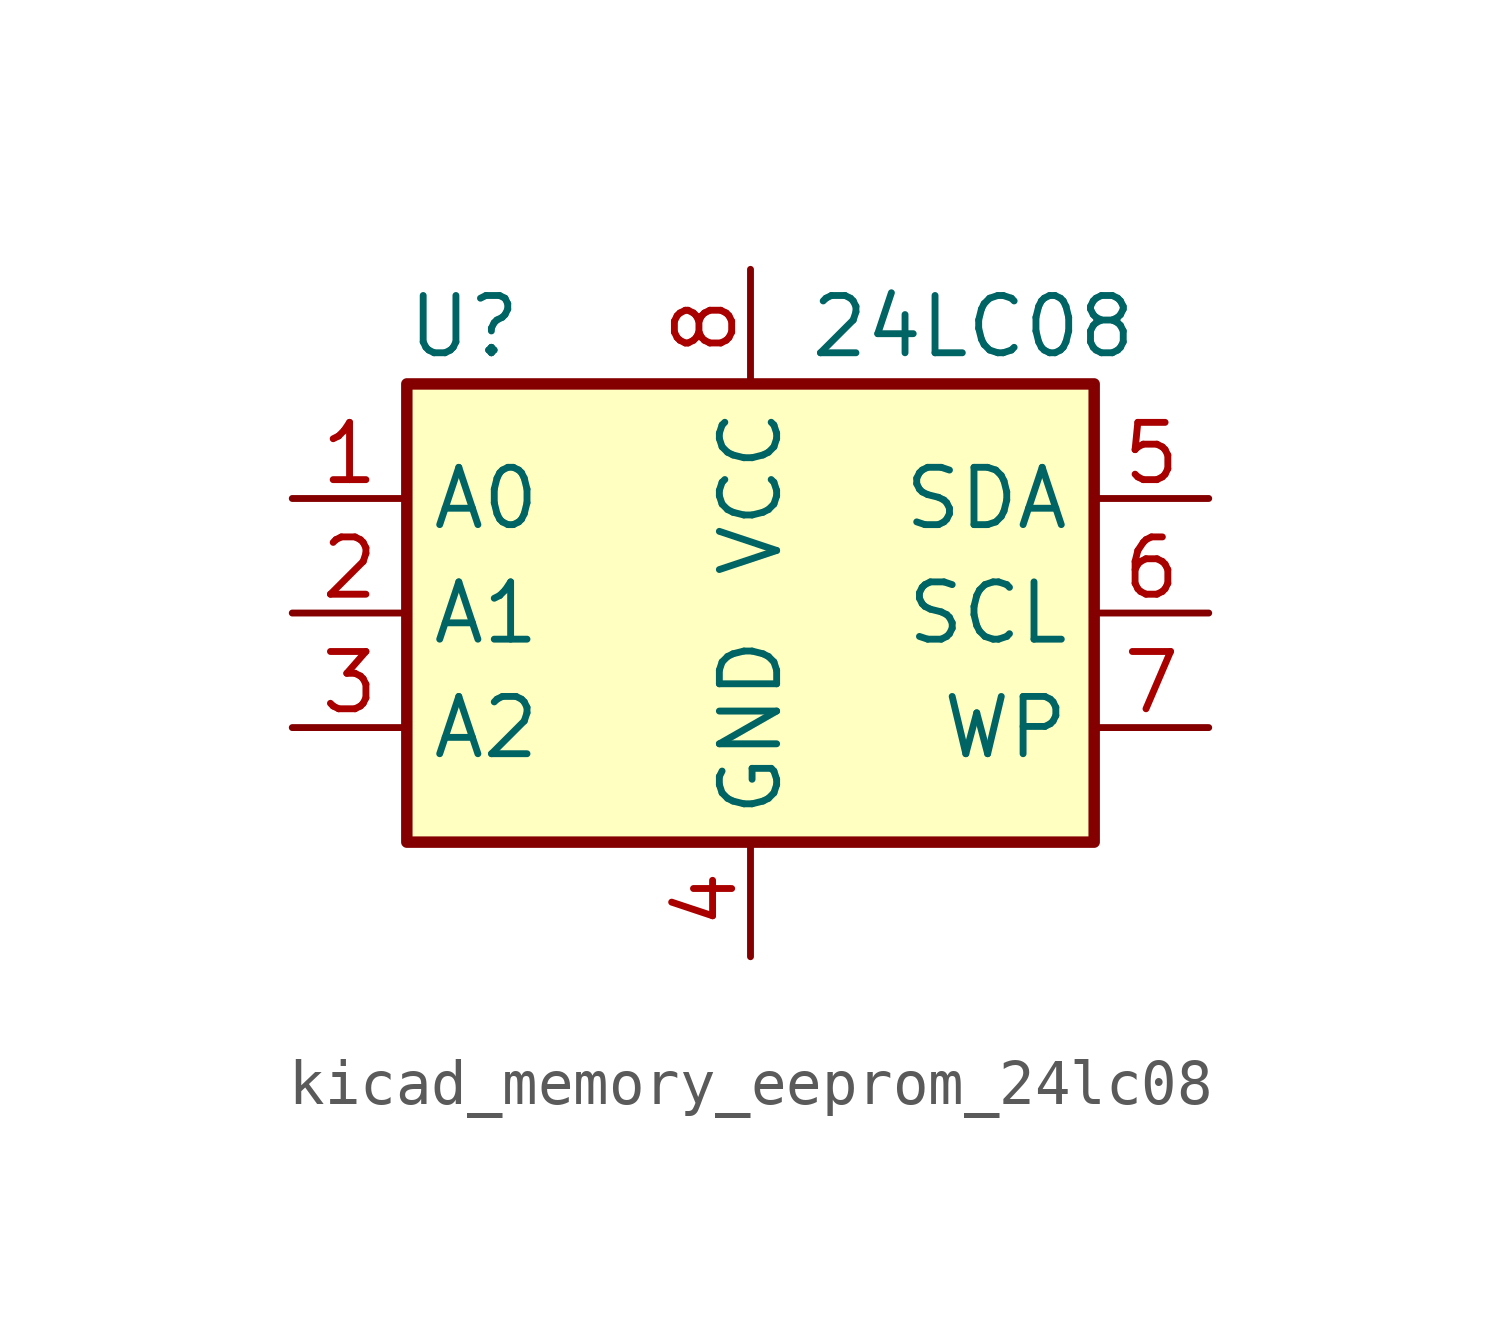
<source format=kicad_sym>
(kicad_symbol_lib
  (version 20220914)
  (generator kicad_symbol_editor)
  (symbol "kicad_memory_eeprom_24lc08"
    (property "Reference" "U"
      (at -6.35 6.35 0)
      (effects (font (size 1.27 1.27))))
    (property "Value" "24LC08"
      (at 1.27 6.35 0)
      (effects (font (size 1.27 1.27)) (justify left)))
    (symbol "kicad_memory_eeprom_24lc08_1_1"
      (rectangle (start -7.62 5.08) (end 7.62 -5.08) (stroke (width 0.254) (type default)) (fill (type background)))
      (pin input line (at -10.16 2.54 0) (length 2.54) (name "A0" (effects (font (size 1.27 1.27)))) (number "1" (effects (font (size 1.27 1.27)))))
      (pin input line (at -10.16 0 0) (length 2.54) (name "A1" (effects (font (size 1.27 1.27)))) (number "2" (effects (font (size 1.27 1.27)))))
      (pin input line (at -10.16 -2.54 0) (length 2.54) (name "A2" (effects (font (size 1.27 1.27)))) (number "3" (effects (font (size 1.27 1.27)))))
      (pin power_in line (at 0 -7.62 90) (length 2.54) (name "GND" (effects (font (size 1.27 1.27)))) (number "4" (effects (font (size 1.27 1.27)))))
      (pin bidirectional line (at 10.16 2.54 180) (length 2.54) (name "SDA" (effects (font (size 1.27 1.27)))) (number "5" (effects (font (size 1.27 1.27)))))
      (pin input line (at 10.16 0 180) (length 2.54) (name "SCL" (effects (font (size 1.27 1.27)))) (number "6" (effects (font (size 1.27 1.27)))))
      (pin input line (at 10.16 -2.54 180) (length 2.54) (name "WP" (effects (font (size 1.27 1.27)))) (number "7" (effects (font (size 1.27 1.27)))))
      (pin power_in line (at 0 7.62 270) (length 2.54) (name "VCC" (effects (font (size 1.27 1.27)))) (number "8" (effects (font (size 1.27 1.27))))))))
</source>
